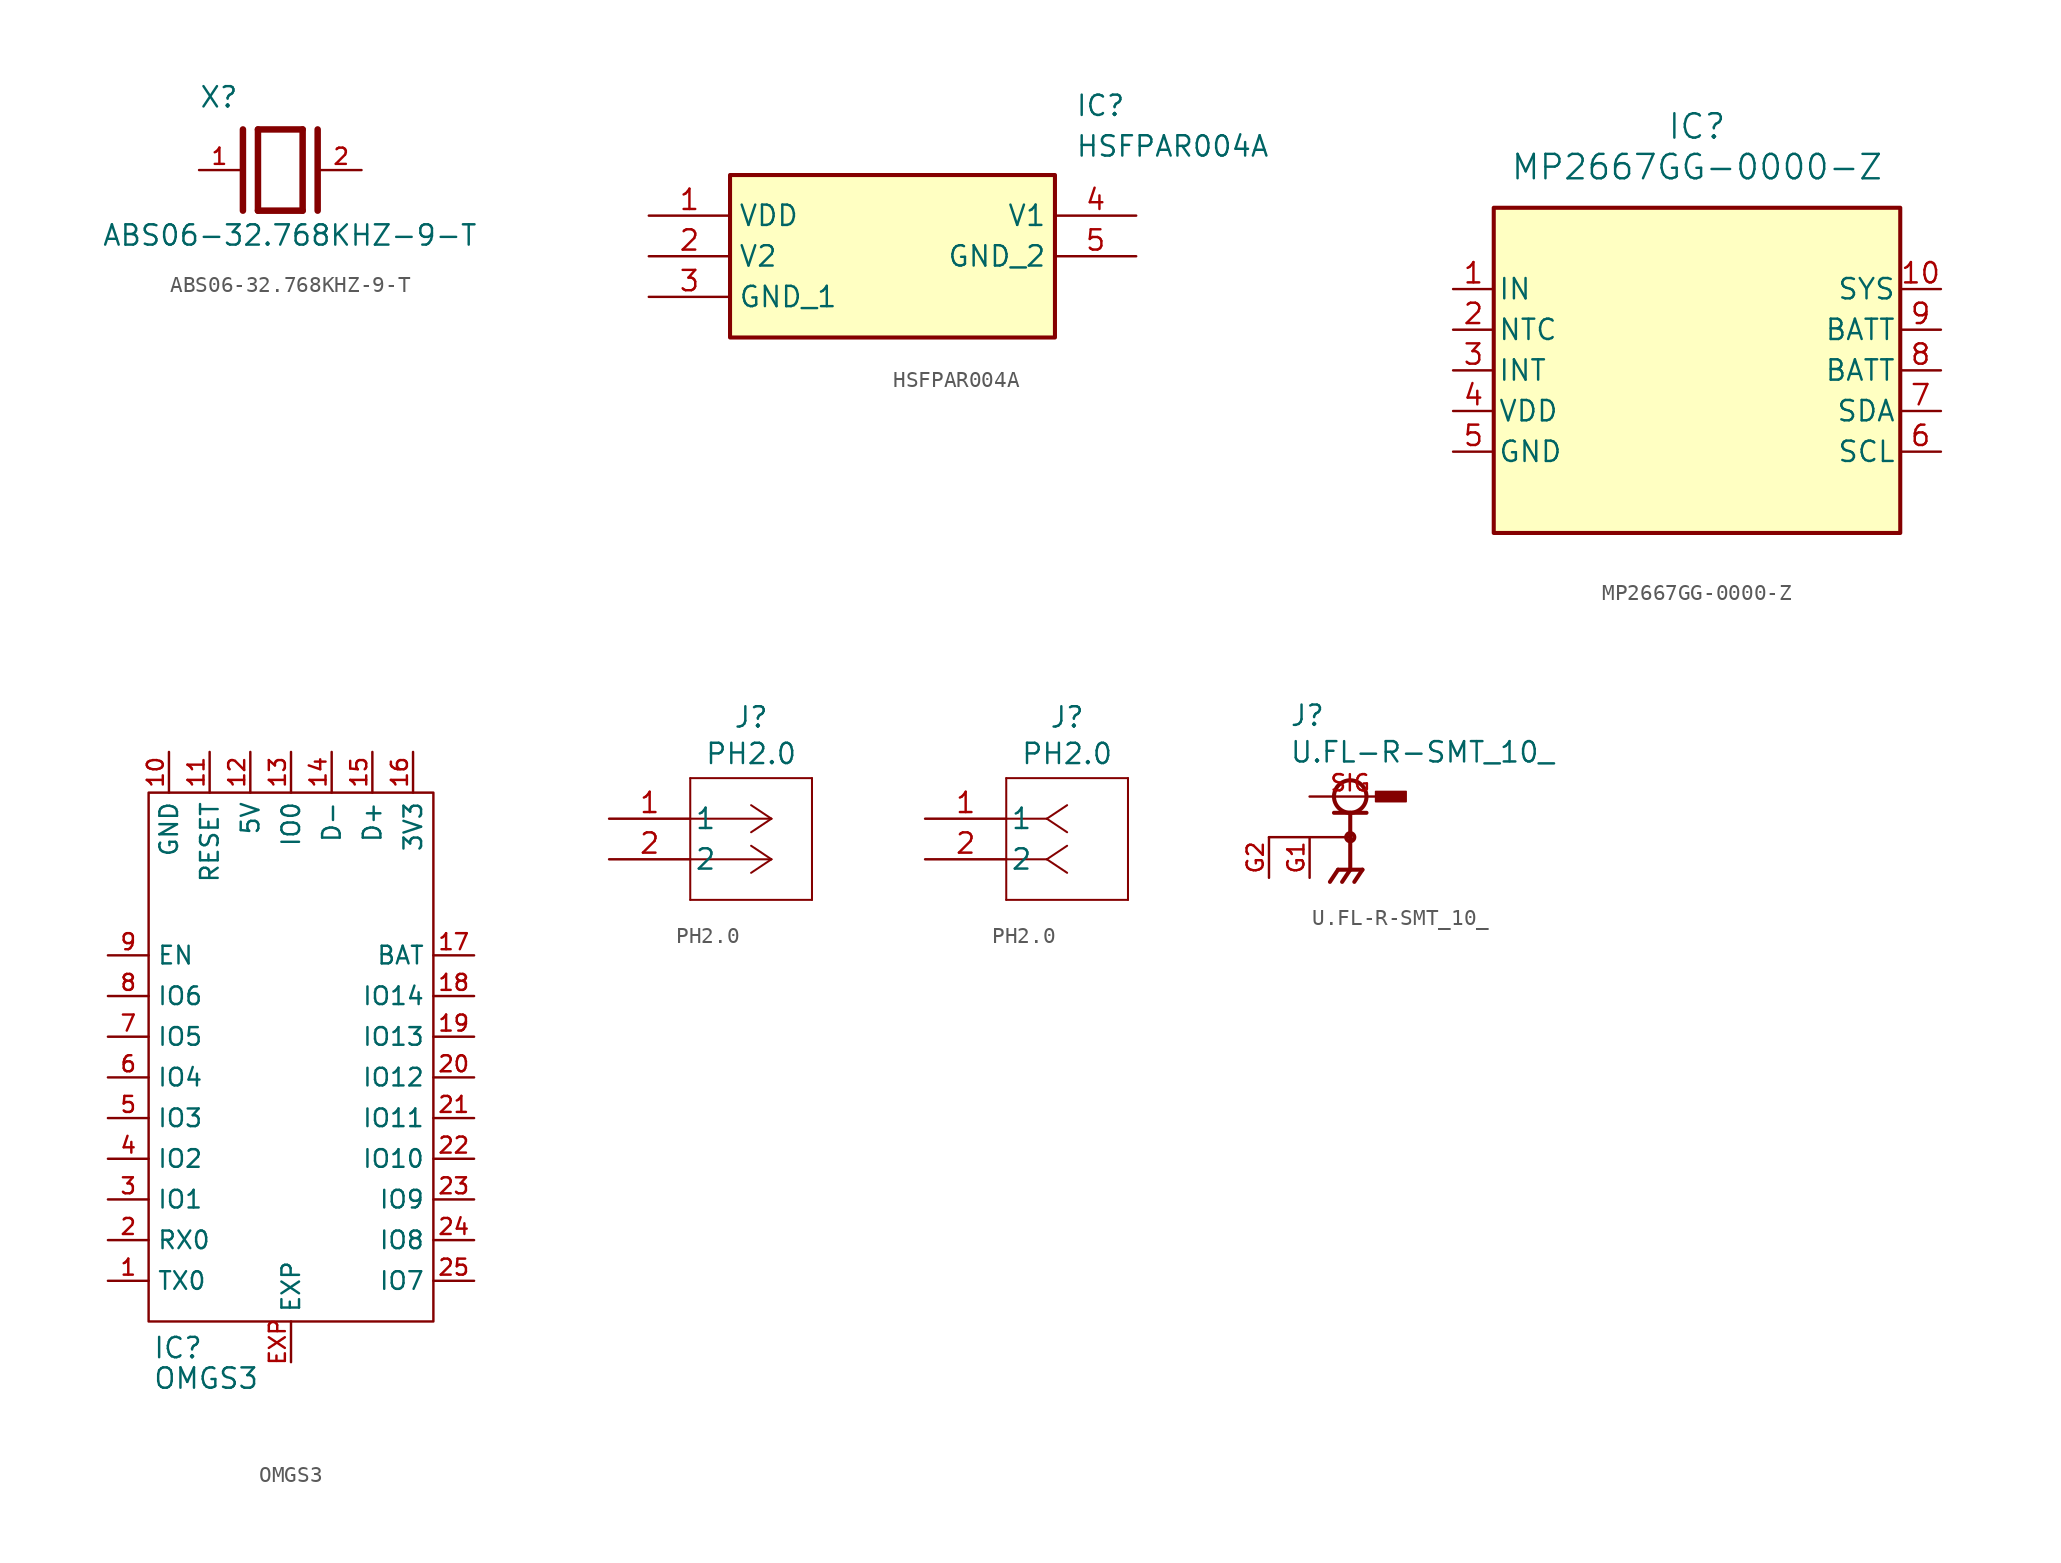
<source format=kicad_sym>
(kicad_symbol_lib
  (version 20231120)
  (generator "kicad_symbol_editor")
  (generator_version "8.0")
  (symbol "ABS06-32.768KHZ-9-T"
    (pin_names
      (offset 1.016))
    (property "Reference" "X"
      (at -5.088 3.816 0)
      (effects (font (size 1.27 1.27)) (justify left bottom)))
    (property "Value" "ABS06-32.768KHZ-9-T"
      (at -11.176 -4.826 0)
      (effects (font (size 1.27 1.27)) (justify left bottom)))
    (symbol "ABS06-32.768KHZ-9-T_0_0"
      (polyline (pts (xy -2.337 2.54) (xy -2.337 -2.54)) (stroke (width 0.406) (type default)) (fill (type none)))
      (polyline (pts (xy -1.397 2.54) (xy -1.397 -2.54)) (stroke (width 0.406) (type default)) (fill (type none)))
      (polyline (pts (xy -1.397 2.54) (xy 1.397 2.54)) (stroke (width 0.406) (type default)) (fill (type none)))
      (polyline (pts (xy 1.397 -2.54) (xy -1.397 -2.54)) (stroke (width 0.406) (type default)) (fill (type none)))
      (polyline (pts (xy 1.397 2.54) (xy 1.397 -2.54)) (stroke (width 0.406) (type default)) (fill (type none)))
      (polyline (pts (xy 2.337 2.54) (xy 2.337 -2.54)) (stroke (width 0.406) (type default)) (fill (type none)))
      (pin passive line (at -5.08 0 0) (length 2.54) (name "~" (effects (font (size 1.016 1.016)))) (number "1" (effects (font (size 1.016 1.016)))))
      (pin passive line (at 5.08 0 180) (length 2.54) (name "~" (effects (font (size 1.016 1.016)))) (number "2" (effects (font (size 1.016 1.016)))))))
  (symbol "HSFPAR004A"
    (property "Reference" "IC"
      (at 11.43 10.16 0)
      (effects (font (size 1.27 1.27)) (justify left top)))
    (property "Value" "HSFPAR004A"
      (at 11.43 7.62 0)
      (effects (font (size 1.27 1.27)) (justify left top)))
    (symbol "HSFPAR004A_1_1"
      (rectangle (start -10.16 5.08) (end 10.16 -5.08) (stroke (width 0.254) (type default)) (fill (type background)))
      (pin power_in line (at -15.24 2.54 0) (length 5.08) (name "VDD" (effects (font (size 1.27 1.27)))) (number "1" (effects (font (size 1.27 1.27)))))
      (pin output line (at -15.24 0 0) (length 5.08) (name "V2" (effects (font (size 1.27 1.27)))) (number "2" (effects (font (size 1.27 1.27)))))
      (pin power_in line (at -15.24 -2.54 0) (length 5.08) (name "GND_1" (effects (font (size 1.27 1.27)))) (number "3" (effects (font (size 1.27 1.27)))))
      (pin output line (at 15.24 2.54 180) (length 5.08) (name "V1" (effects (font (size 1.27 1.27)))) (number "4" (effects (font (size 1.27 1.27)))))
      (pin power_in line (at 15.24 0 180) (length 5.08) (name "GND_2" (effects (font (size 1.27 1.27)))) (number "5" (effects (font (size 1.27 1.27)))))))
  (symbol "MP2667GG-0000-Z"
    (pin_names
      (offset 0.254))
    (property "Reference" "IC"
      (at 20.32 10.16 0)
      (effects (font (size 1.524 1.524))))
    (property "Value" "MP2667GG-0000-Z"
      (at 20.32 7.62 0)
      (effects (font (size 1.524 1.524))))
    (symbol "MP2667GG-0000-Z_0_1"
      (pin power_in line (at 5.08 0 0) (length 2.54) (name "IN" (effects (font (size 1.27 1.27)))) (number "1" (effects (font (size 1.27 1.27)))))
      (pin power_in line (at 35.56 0 180) (length 2.54) (name "SYS" (effects (font (size 1.27 1.27)))) (number "10" (effects (font (size 1.27 1.27)))))
      (pin input line (at 5.08 -2.54 0) (length 2.54) (name "NTC" (effects (font (size 1.27 1.27)))) (number "2" (effects (font (size 1.27 1.27)))))
      (pin output line (at 5.08 -5.08 0) (length 2.54) (name "INT" (effects (font (size 1.27 1.27)))) (number "3" (effects (font (size 1.27 1.27)))))
      (pin input line (at 5.08 -7.62 0) (length 2.54) (name "VDD" (effects (font (size 1.27 1.27)))) (number "4" (effects (font (size 1.27 1.27)))))
      (pin power_in line (at 5.08 -10.16 0) (length 2.54) (name "GND" (effects (font (size 1.27 1.27)))) (number "5" (effects (font (size 1.27 1.27)))))
      (pin bidirectional line (at 35.56 -10.16 180) (length 2.54) (name "SCL" (effects (font (size 1.27 1.27)))) (number "6" (effects (font (size 1.27 1.27)))))
      (pin bidirectional line (at 35.56 -7.62 180) (length 2.54) (name "SDA" (effects (font (size 1.27 1.27)))) (number "7" (effects (font (size 1.27 1.27)))))
      (pin power_in line (at 35.56 -5.08 180) (length 2.54) (name "BATT" (effects (font (size 1.27 1.27)))) (number "8" (effects (font (size 1.27 1.27)))))
      (pin power_in line (at 35.56 -2.54 180) (length 2.54) (name "BATT" (effects (font (size 1.27 1.27)))) (number "9" (effects (font (size 1.27 1.27))))))
    (symbol "MP2667GG-0000-Z_1_1"
      (rectangle (start 7.62 5.08) (end 33.02 -15.24) (stroke (width 0.254) (type default)) (fill (type background)))))
  (symbol "OMGS3"
    (property "Reference" "IC"
      (at -8.636 -18.161 0)
      (effects (font (size 1.27 1.27)) (justify left)))
    (property "Value" "OMGS3"
      (at -8.636 -20.066 0)
      (effects (font (size 1.27 1.27)) (justify left)))
    (symbol "OMGS3_0_1"
      (rectangle (start 8.89 16.51) (end -8.89 -16.51) (stroke (width 0) (type default)) (fill (type none))))
    (symbol "OMGS3_1_1"
      (pin input line (at -11.43 -13.97 0) (length 2.54) (name "TX0" (effects (font (size 1.1 1.1)))) (number "1" (effects (font (size 1 1)))))
      (pin input line (at -7.62 19.05 270) (length 2.54) (name "GND" (effects (font (size 1.1 1.1)))) (number "10" (effects (font (size 1 1)))))
      (pin input line (at -5.08 19.05 270) (length 2.54) (name "RESET" (effects (font (size 1.1 1.1)))) (number "11" (effects (font (size 1 1)))))
      (pin input line (at -2.54 19.05 270) (length 2.54) (name "5V" (effects (font (size 1.1 1.1)))) (number "12" (effects (font (size 1 1)))))
      (pin input line (at 0 19.05 270) (length 2.54) (name "IO0" (effects (font (size 1.1 1.1)))) (number "13" (effects (font (size 1 1)))))
      (pin input line (at 2.54 19.05 270) (length 2.54) (name "D-" (effects (font (size 1.1 1.1)))) (number "14" (effects (font (size 1 1)))))
      (pin input line (at 5.08 19.05 270) (length 2.54) (name "D+" (effects (font (size 1.1 1.1)))) (number "15" (effects (font (size 1 1)))))
      (pin input line (at 7.62 19.05 270) (length 2.54) (name "3V3" (effects (font (size 1.1 1.1)))) (number "16" (effects (font (size 1 1)))))
      (pin input line (at 11.43 6.35 180) (length 2.54) (name "BAT" (effects (font (size 1.1 1.1)))) (number "17" (effects (font (size 1 1)))))
      (pin input line (at 11.43 3.81 180) (length 2.54) (name "IO14" (effects (font (size 1.1 1.1)))) (number "18" (effects (font (size 1 1)))))
      (pin input line (at 11.43 1.27 180) (length 2.54) (name "IO13" (effects (font (size 1.1 1.1)))) (number "19" (effects (font (size 1 1)))))
      (pin input line (at -11.43 -11.43 0) (length 2.54) (name "RX0" (effects (font (size 1.1 1.1)))) (number "2" (effects (font (size 1 1)))))
      (pin input line (at 11.43 -1.27 180) (length 2.54) (name "IO12" (effects (font (size 1.1 1.1)))) (number "20" (effects (font (size 1 1)))))
      (pin input line (at 11.43 -3.81 180) (length 2.54) (name "IO11" (effects (font (size 1.1 1.1)))) (number "21" (effects (font (size 1 1)))))
      (pin input line (at 11.43 -6.35 180) (length 2.54) (name "IO10" (effects (font (size 1.1 1.1)))) (number "22" (effects (font (size 1 1)))))
      (pin input line (at 11.43 -8.89 180) (length 2.54) (name "IO9" (effects (font (size 1.1 1.1)))) (number "23" (effects (font (size 1 1)))))
      (pin input line (at 11.43 -11.43 180) (length 2.54) (name "IO8" (effects (font (size 1.1 1.1)))) (number "24" (effects (font (size 1 1)))))
      (pin input line (at 11.43 -13.97 180) (length 2.54) (name "IO7" (effects (font (size 1.1 1.1)))) (number "25" (effects (font (size 1 1)))))
      (pin input line (at -11.43 -8.89 0) (length 2.54) (name "IO1" (effects (font (size 1.1 1.1)))) (number "3" (effects (font (size 1 1)))))
      (pin input line (at -11.43 -6.35 0) (length 2.54) (name "IO2" (effects (font (size 1.1 1.1)))) (number "4" (effects (font (size 1 1)))))
      (pin input line (at -11.43 -3.81 0) (length 2.54) (name "IO3" (effects (font (size 1.1 1.1)))) (number "5" (effects (font (size 1 1)))))
      (pin input line (at -11.43 -1.27 0) (length 2.54) (name "IO4" (effects (font (size 1.1 1.1)))) (number "6" (effects (font (size 1 1)))))
      (pin input line (at -11.43 1.27 0) (length 2.54) (name "IO5" (effects (font (size 1.1 1.1)))) (number "7" (effects (font (size 1 1)))))
      (pin input line (at -11.43 3.81 0) (length 2.54) (name "IO6" (effects (font (size 1.1 1.1)))) (number "8" (effects (font (size 1 1)))))
      (pin input line (at -11.43 6.35 0) (length 2.54) (name "EN" (effects (font (size 1.1 1.1)))) (number "9" (effects (font (size 1 1)))))
      (pin input line (at 0 -19.05 90) (length 2.54) (name "EXP" (effects (font (size 1.1 1.1)))) (number "EXP" (effects (font (size 1 1)))))))
  (symbol "PH2.0"
    (pin_names
      (offset 0.254))
    (property "Reference" "J"
      (at 8.89 6.35 0)
      (effects (font (size 1.27 1.27))))
    (property "Value" "PH2.0"
      (at 8.89 4.064 0)
      (effects (font (size 1.27 1.27))))
    (symbol "PH2.0_1_1"
      (polyline (pts (xy 5.08 -5.08) (xy 12.7 -5.08)) (stroke (width 0.127) (type default)) (fill (type none)))
      (polyline (pts (xy 5.08 2.54) (xy 5.08 -5.08)) (stroke (width 0.127) (type default)) (fill (type none)))
      (polyline (pts (xy 10.16 -2.54) (xy 5.08 -2.54)) (stroke (width 0.127) (type default)) (fill (type none)))
      (polyline (pts (xy 10.16 -2.54) (xy 8.89 -3.387)) (stroke (width 0.127) (type default)) (fill (type none)))
      (polyline (pts (xy 10.16 -2.54) (xy 8.89 -1.693)) (stroke (width 0.127) (type default)) (fill (type none)))
      (polyline (pts (xy 10.16 0) (xy 5.08 0)) (stroke (width 0.127) (type default)) (fill (type none)))
      (polyline (pts (xy 10.16 0) (xy 8.89 -0.847)) (stroke (width 0.127) (type default)) (fill (type none)))
      (polyline (pts (xy 10.16 0) (xy 8.89 0.847)) (stroke (width 0.127) (type default)) (fill (type none)))
      (polyline (pts (xy 12.7 -5.08) (xy 12.7 2.54)) (stroke (width 0.127) (type default)) (fill (type none)))
      (polyline (pts (xy 12.7 2.54) (xy 5.08 2.54)) (stroke (width 0.127) (type default)) (fill (type none)))
      (pin unspecified line (at 0 0 0) (length 5.08) (name "1" (effects (font (size 1.27 1.27)))) (number "1" (effects (font (size 1.27 1.27)))))
      (pin unspecified line (at 0 -2.54 0) (length 5.08) (name "2" (effects (font (size 1.27 1.27)))) (number "2" (effects (font (size 1.27 1.27))))))
    (symbol "PH2.0_1_2"
      (polyline (pts (xy 5.08 -5.08) (xy 12.7 -5.08)) (stroke (width 0.127) (type default)) (fill (type none)))
      (polyline (pts (xy 5.08 2.54) (xy 5.08 -5.08)) (stroke (width 0.127) (type default)) (fill (type none)))
      (polyline (pts (xy 7.62 -2.54) (xy 5.08 -2.54)) (stroke (width 0.127) (type default)) (fill (type none)))
      (polyline (pts (xy 7.62 -2.54) (xy 8.89 -3.387)) (stroke (width 0.127) (type default)) (fill (type none)))
      (polyline (pts (xy 7.62 -2.54) (xy 8.89 -1.693)) (stroke (width 0.127) (type default)) (fill (type none)))
      (polyline (pts (xy 7.62 0) (xy 5.08 0)) (stroke (width 0.127) (type default)) (fill (type none)))
      (polyline (pts (xy 7.62 0) (xy 8.89 -0.847)) (stroke (width 0.127) (type default)) (fill (type none)))
      (polyline (pts (xy 7.62 0) (xy 8.89 0.847)) (stroke (width 0.127) (type default)) (fill (type none)))
      (polyline (pts (xy 12.7 -5.08) (xy 12.7 2.54)) (stroke (width 0.127) (type default)) (fill (type none)))
      (polyline (pts (xy 12.7 2.54) (xy 5.08 2.54)) (stroke (width 0.127) (type default)) (fill (type none)))
      (pin unspecified line (at 0 0 0) (length 5.08) (name "1" (effects (font (size 1.27 1.27)))) (number "1" (effects (font (size 1.27 1.27)))))
      (pin unspecified line (at 0 -2.54 0) (length 5.08) (name "2" (effects (font (size 1.27 1.27)))) (number "2" (effects (font (size 1.27 1.27)))))))
  (symbol "U.FL-R-SMT_10_"
    (pin_names
      (offset 1.016))
    (property "Reference" "J"
      (at -3.81 4.318 0)
      (effects (font (size 1.27 1.27)) (justify left bottom)))
    (property "Value" "U.FL-R-SMT_10_"
      (at -3.81 2.032 0)
      (effects (font (size 1.27 1.27)) (justify left bottom)))
    (symbol "U.FL-R-SMT_10__0_0"
      (circle (center 0 -2.54) (radius 0.254) (stroke (width 0.254) (type default)) (fill (type none)))
      (polyline (pts (xy -1.016 -1.016) (xy 1.016 -1.016)) (stroke (width 0.254) (type default)) (fill (type none)))
      (polyline (pts (xy -0.762 -4.572) (xy -1.27 -5.334)) (stroke (width 0.254) (type default)) (fill (type none)))
      (polyline (pts (xy 0 -4.572) (xy -0.508 -5.334)) (stroke (width 0.254) (type default)) (fill (type none)))
      (polyline (pts (xy 0 -2.54) (xy -5.08 -2.54)) (stroke (width 0.152) (type default)) (fill (type none)))
      (polyline (pts (xy 0 -1.016) (xy 0 -4.572)) (stroke (width 0.254) (type default)) (fill (type none)))
      (polyline (pts (xy 0.762 -4.572) (xy -0.762 -4.572)) (stroke (width 0.254) (type default)) (fill (type none)))
      (polyline (pts (xy 0.762 -4.572) (xy 0.254 -5.334)) (stroke (width 0.254) (type default)) (fill (type none)))
      (circle (center 0 0) (radius 1.016) (stroke (width 0.254) (type default)) (fill (type none)))
      (rectangle (start 1.587 -0.318) (end 3.493 0.318) (stroke (width 0.1) (type default)) (fill (type outline)))
      (pin power_in line (at -2.54 -5.08 90) (length 2.54) (name "~" (effects (font (size 1.016 1.016)))) (number "G1" (effects (font (size 1.016 1.016)))))
      (pin power_in line (at -5.08 -5.08 90) (length 2.54) (name "~" (effects (font (size 1.016 1.016)))) (number "G2" (effects (font (size 1.016 1.016)))))
      (pin passive line (at -2.54 0 0) (length 5.08) (name "~" (effects (font (size 1.016 1.016)))) (number "SIG" (effects (font (size 1.016 1.016))))))))
</source>
